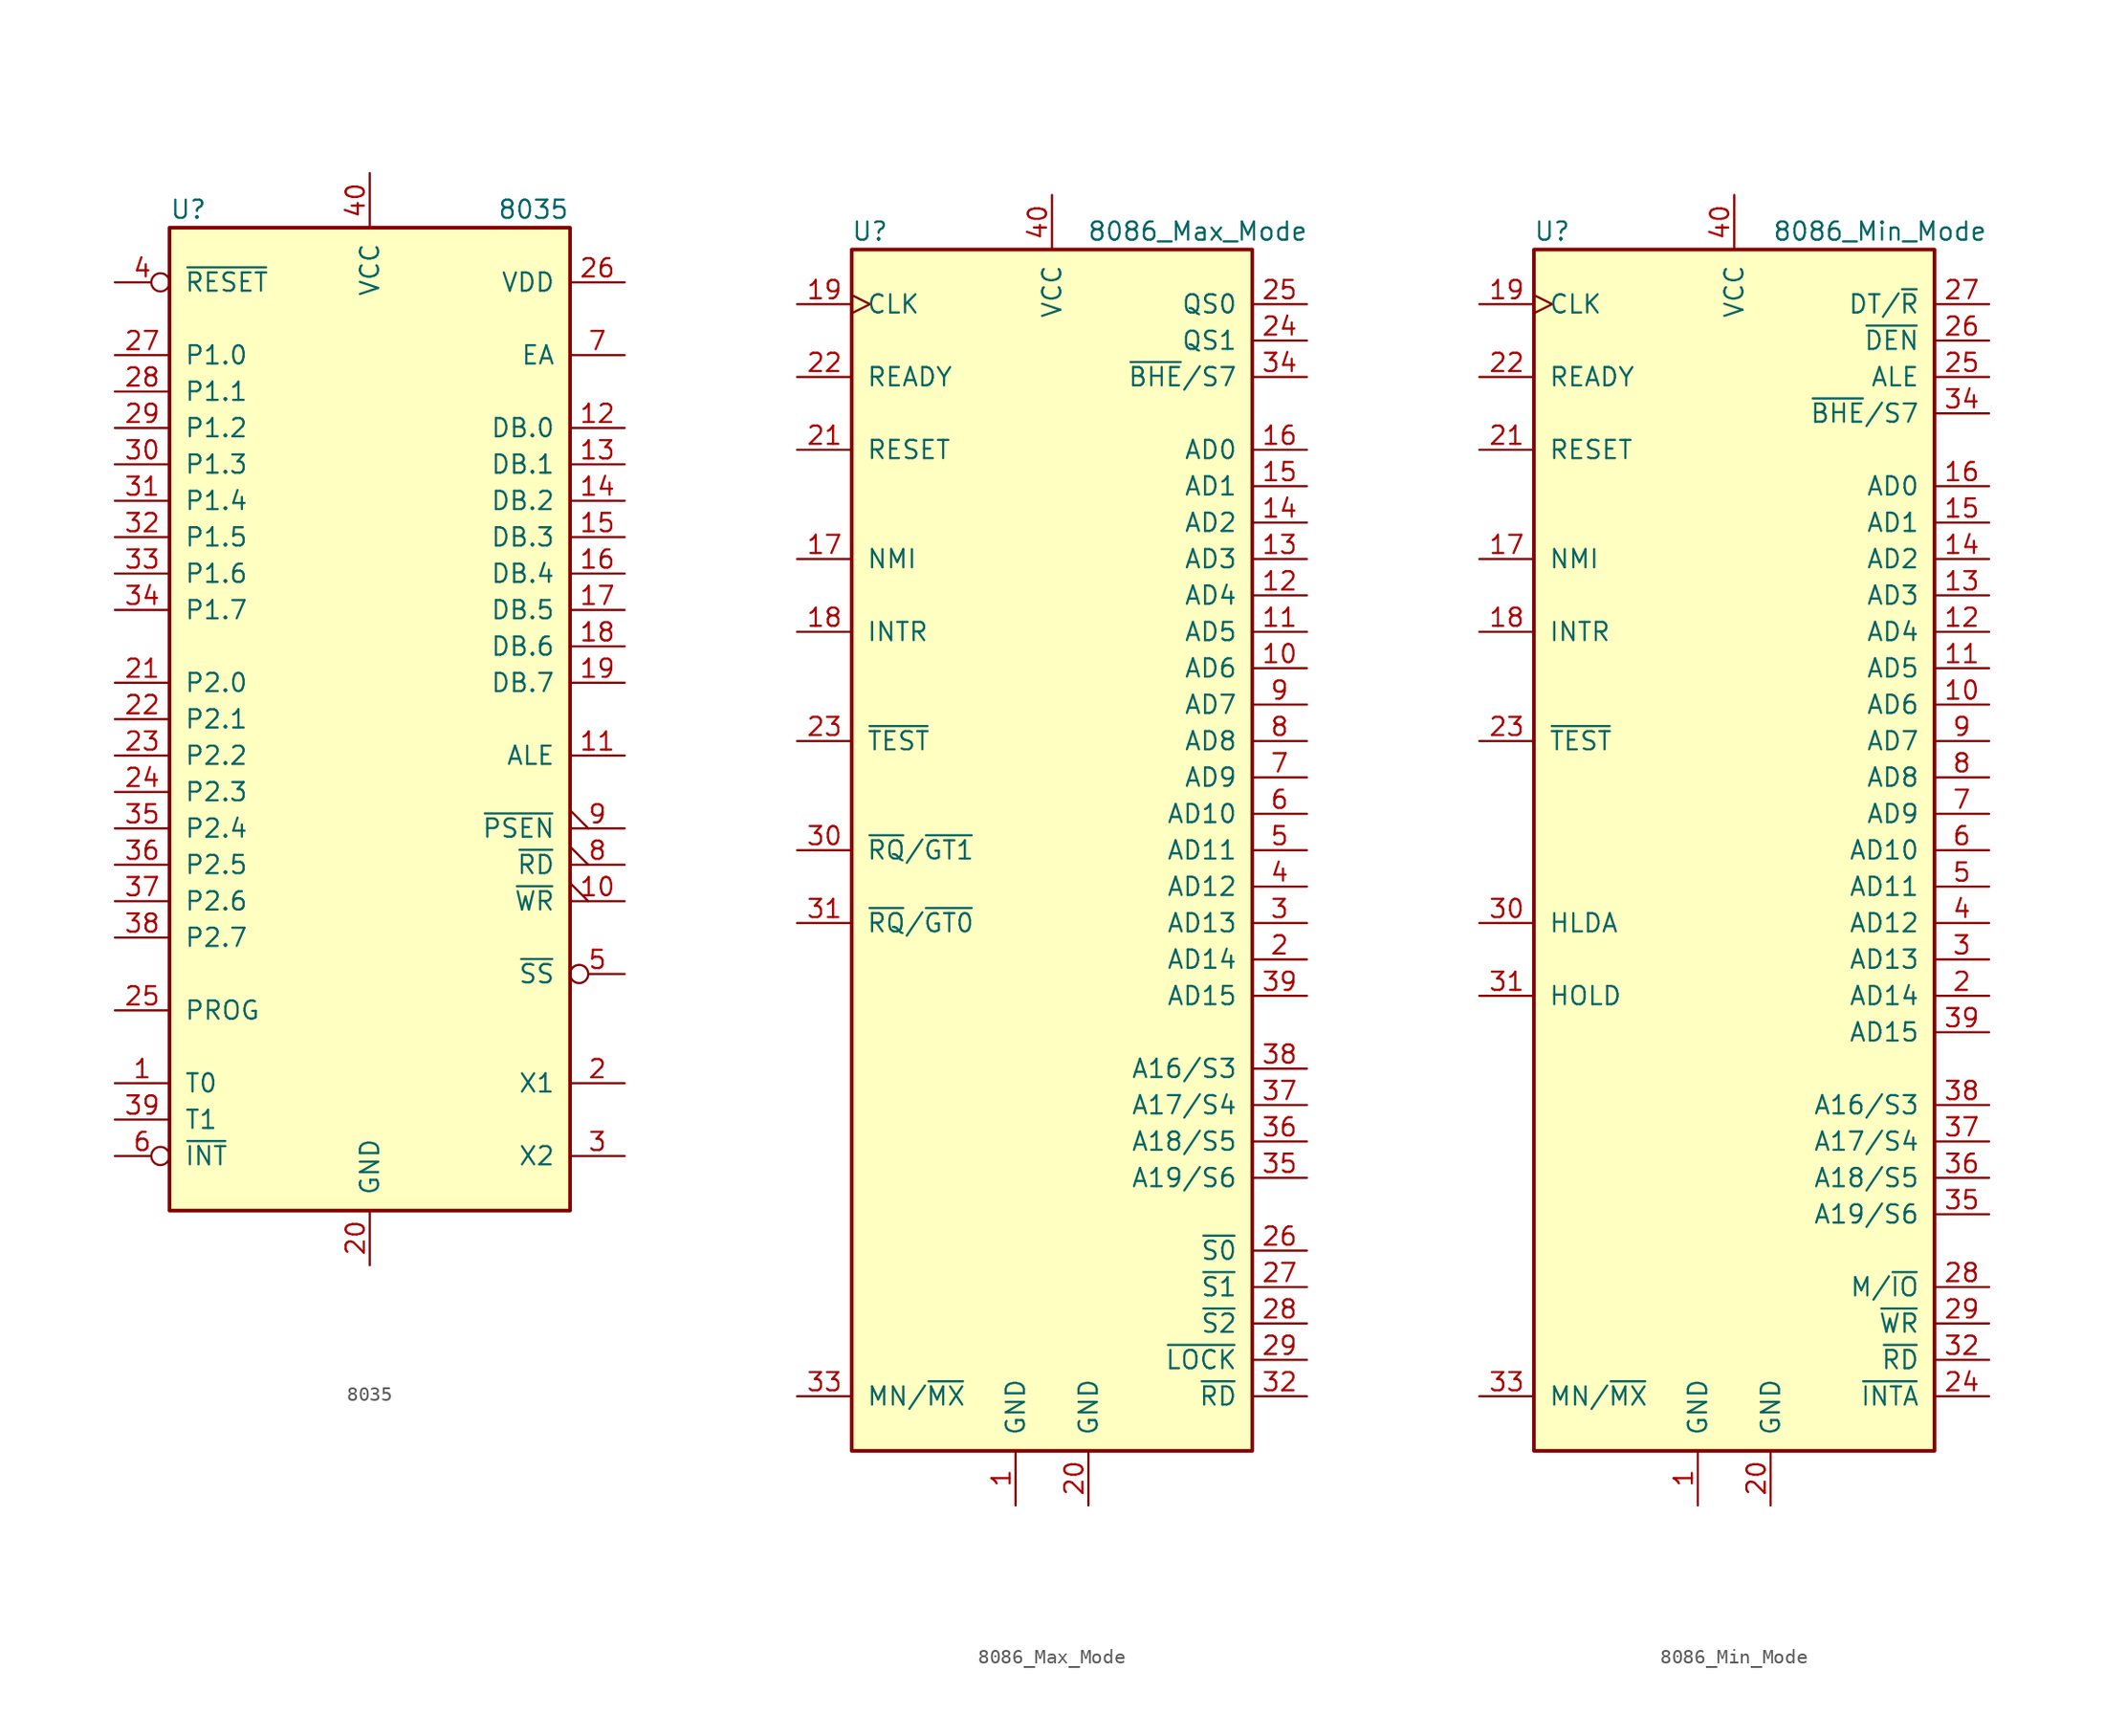
<source format=kicad_sym>
(kicad_symbol_lib
  (version 20220914)
  (generator kicad_symbol_editor)
  (symbol "8035"
    (pin_names
      (offset 1.016))
    (property "Reference" "U"
      (at -13.97 35.56 0)
      (effects (font (size 1.27 1.27)) (justify left)))
    (property "Value" "8035"
      (at 8.89 35.56 0)
      (effects (font (size 1.27 1.27)) (justify left)))
    (symbol "8035_1_1"
      (rectangle (start -13.97 -34.29) (end 13.97 34.29) (stroke (width 0.254) (type default)) (fill (type background)))
      (pin input line (at -17.78 -25.4 0) (length 3.81) (name "T0" (effects (font (size 1.27 1.27)))) (number "1" (effects (font (size 1.27 1.27)))))
      (pin output output_low (at 17.78 -12.7 180) (length 3.81) (name "~{WR}" (effects (font (size 1.27 1.27)))) (number "10" (effects (font (size 1.27 1.27)))))
      (pin output line (at 17.78 -2.54 180) (length 3.81) (name "ALE" (effects (font (size 1.27 1.27)))) (number "11" (effects (font (size 1.27 1.27)))))
      (pin bidirectional line (at 17.78 20.32 180) (length 3.81) (name "DB.0" (effects (font (size 1.27 1.27)))) (number "12" (effects (font (size 1.27 1.27)))))
      (pin bidirectional line (at 17.78 17.78 180) (length 3.81) (name "DB.1" (effects (font (size 1.27 1.27)))) (number "13" (effects (font (size 1.27 1.27)))))
      (pin bidirectional line (at 17.78 15.24 180) (length 3.81) (name "DB.2" (effects (font (size 1.27 1.27)))) (number "14" (effects (font (size 1.27 1.27)))))
      (pin bidirectional line (at 17.78 12.7 180) (length 3.81) (name "DB.3" (effects (font (size 1.27 1.27)))) (number "15" (effects (font (size 1.27 1.27)))))
      (pin bidirectional line (at 17.78 10.16 180) (length 3.81) (name "DB.4" (effects (font (size 1.27 1.27)))) (number "16" (effects (font (size 1.27 1.27)))))
      (pin bidirectional line (at 17.78 7.62 180) (length 3.81) (name "DB.5" (effects (font (size 1.27 1.27)))) (number "17" (effects (font (size 1.27 1.27)))))
      (pin bidirectional line (at 17.78 5.08 180) (length 3.81) (name "DB.6" (effects (font (size 1.27 1.27)))) (number "18" (effects (font (size 1.27 1.27)))))
      (pin bidirectional line (at 17.78 2.54 180) (length 3.81) (name "DB.7" (effects (font (size 1.27 1.27)))) (number "19" (effects (font (size 1.27 1.27)))))
      (pin input line (at 17.78 -25.4 180) (length 3.81) (name "X1" (effects (font (size 1.27 1.27)))) (number "2" (effects (font (size 1.27 1.27)))))
      (pin power_in line (at 0 -38.1 90) (length 3.81) (name "GND" (effects (font (size 1.27 1.27)))) (number "20" (effects (font (size 1.27 1.27)))))
      (pin bidirectional line (at -17.78 2.54 0) (length 3.81) (name "P2.0" (effects (font (size 1.27 1.27)))) (number "21" (effects (font (size 1.27 1.27)))))
      (pin bidirectional line (at -17.78 0 0) (length 3.81) (name "P2.1" (effects (font (size 1.27 1.27)))) (number "22" (effects (font (size 1.27 1.27)))))
      (pin bidirectional line (at -17.78 -2.54 0) (length 3.81) (name "P2.2" (effects (font (size 1.27 1.27)))) (number "23" (effects (font (size 1.27 1.27)))))
      (pin bidirectional line (at -17.78 -5.08 0) (length 3.81) (name "P2.3" (effects (font (size 1.27 1.27)))) (number "24" (effects (font (size 1.27 1.27)))))
      (pin output line (at -17.78 -20.32 0) (length 3.81) (name "PROG" (effects (font (size 1.27 1.27)))) (number "25" (effects (font (size 1.27 1.27)))))
      (pin power_in line (at 17.78 30.48 180) (length 3.81) (name "VDD" (effects (font (size 1.27 1.27)))) (number "26" (effects (font (size 1.27 1.27)))))
      (pin bidirectional line (at -17.78 25.4 0) (length 3.81) (name "P1.0" (effects (font (size 1.27 1.27)))) (number "27" (effects (font (size 1.27 1.27)))))
      (pin bidirectional line (at -17.78 22.86 0) (length 3.81) (name "P1.1" (effects (font (size 1.27 1.27)))) (number "28" (effects (font (size 1.27 1.27)))))
      (pin bidirectional line (at -17.78 20.32 0) (length 3.81) (name "P1.2" (effects (font (size 1.27 1.27)))) (number "29" (effects (font (size 1.27 1.27)))))
      (pin output line (at 17.78 -30.48 180) (length 3.81) (name "X2" (effects (font (size 1.27 1.27)))) (number "3" (effects (font (size 1.27 1.27)))))
      (pin bidirectional line (at -17.78 17.78 0) (length 3.81) (name "P1.3" (effects (font (size 1.27 1.27)))) (number "30" (effects (font (size 1.27 1.27)))))
      (pin bidirectional line (at -17.78 15.24 0) (length 3.81) (name "P1.4" (effects (font (size 1.27 1.27)))) (number "31" (effects (font (size 1.27 1.27)))))
      (pin bidirectional line (at -17.78 12.7 0) (length 3.81) (name "P1.5" (effects (font (size 1.27 1.27)))) (number "32" (effects (font (size 1.27 1.27)))))
      (pin bidirectional line (at -17.78 10.16 0) (length 3.81) (name "P1.6" (effects (font (size 1.27 1.27)))) (number "33" (effects (font (size 1.27 1.27)))))
      (pin bidirectional line (at -17.78 7.62 0) (length 3.81) (name "P1.7" (effects (font (size 1.27 1.27)))) (number "34" (effects (font (size 1.27 1.27)))))
      (pin bidirectional line (at -17.78 -7.62 0) (length 3.81) (name "P2.4" (effects (font (size 1.27 1.27)))) (number "35" (effects (font (size 1.27 1.27)))))
      (pin bidirectional line (at -17.78 -10.16 0) (length 3.81) (name "P2.5" (effects (font (size 1.27 1.27)))) (number "36" (effects (font (size 1.27 1.27)))))
      (pin bidirectional line (at -17.78 -12.7 0) (length 3.81) (name "P2.6" (effects (font (size 1.27 1.27)))) (number "37" (effects (font (size 1.27 1.27)))))
      (pin bidirectional line (at -17.78 -15.24 0) (length 3.81) (name "P2.7" (effects (font (size 1.27 1.27)))) (number "38" (effects (font (size 1.27 1.27)))))
      (pin input line (at -17.78 -27.94 0) (length 3.81) (name "T1" (effects (font (size 1.27 1.27)))) (number "39" (effects (font (size 1.27 1.27)))))
      (pin input inverted (at -17.78 30.48 0) (length 3.81) (name "~{RESET}" (effects (font (size 1.27 1.27)))) (number "4" (effects (font (size 1.27 1.27)))))
      (pin power_in line (at 0 38.1 270) (length 3.81) (name "VCC" (effects (font (size 1.27 1.27)))) (number "40" (effects (font (size 1.27 1.27)))))
      (pin input inverted (at 17.78 -17.78 180) (length 3.81) (name "~{SS}" (effects (font (size 1.27 1.27)))) (number "5" (effects (font (size 1.27 1.27)))))
      (pin input inverted (at -17.78 -30.48 0) (length 3.81) (name "~{INT}" (effects (font (size 1.27 1.27)))) (number "6" (effects (font (size 1.27 1.27)))))
      (pin input line (at 17.78 25.4 180) (length 3.81) (name "EA" (effects (font (size 1.27 1.27)))) (number "7" (effects (font (size 1.27 1.27)))))
      (pin output output_low (at 17.78 -10.16 180) (length 3.81) (name "~{RD}" (effects (font (size 1.27 1.27)))) (number "8" (effects (font (size 1.27 1.27)))))
      (pin output output_low (at 17.78 -7.62 180) (length 3.81) (name "~{PSEN}" (effects (font (size 1.27 1.27)))) (number "9" (effects (font (size 1.27 1.27)))))))
  (symbol "8086_Max_Mode"
    (pin_names
      (offset 1.016))
    (property "Reference" "U"
      (at -12.7 43.18 0)
      (effects (font (size 1.27 1.27))))
    (property "Value" "8086_Max_Mode"
      (at 10.16 43.18 0)
      (effects (font (size 1.27 1.27))))
    (symbol "8086_Max_Mode_0_1"
      (rectangle (start 13.97 -41.91) (end -13.97 41.91) (stroke (width 0.254) (type default)) (fill (type background))))
    (symbol "8086_Max_Mode_1_1"
      (pin power_in line (at -2.54 -45.72 90) (length 3.81) (name "GND" (effects (font (size 1.27 1.27)))) (number "1" (effects (font (size 1.27 1.27)))))
      (pin bidirectional line (at 17.78 12.7 180) (length 3.81) (name "AD6" (effects (font (size 1.27 1.27)))) (number "10" (effects (font (size 1.27 1.27)))))
      (pin bidirectional line (at 17.78 15.24 180) (length 3.81) (name "AD5" (effects (font (size 1.27 1.27)))) (number "11" (effects (font (size 1.27 1.27)))))
      (pin bidirectional line (at 17.78 17.78 180) (length 3.81) (name "AD4" (effects (font (size 1.27 1.27)))) (number "12" (effects (font (size 1.27 1.27)))))
      (pin bidirectional line (at 17.78 20.32 180) (length 3.81) (name "AD3" (effects (font (size 1.27 1.27)))) (number "13" (effects (font (size 1.27 1.27)))))
      (pin bidirectional line (at 17.78 22.86 180) (length 3.81) (name "AD2" (effects (font (size 1.27 1.27)))) (number "14" (effects (font (size 1.27 1.27)))))
      (pin bidirectional line (at 17.78 25.4 180) (length 3.81) (name "AD1" (effects (font (size 1.27 1.27)))) (number "15" (effects (font (size 1.27 1.27)))))
      (pin bidirectional line (at 17.78 27.94 180) (length 3.81) (name "AD0" (effects (font (size 1.27 1.27)))) (number "16" (effects (font (size 1.27 1.27)))))
      (pin input line (at -17.78 20.32 0) (length 3.81) (name "NMI" (effects (font (size 1.27 1.27)))) (number "17" (effects (font (size 1.27 1.27)))))
      (pin input line (at -17.78 15.24 0) (length 3.81) (name "INTR" (effects (font (size 1.27 1.27)))) (number "18" (effects (font (size 1.27 1.27)))))
      (pin input clock (at -17.78 38.1 0) (length 3.81) (name "CLK" (effects (font (size 1.27 1.27)))) (number "19" (effects (font (size 1.27 1.27)))))
      (pin bidirectional line (at 17.78 -7.62 180) (length 3.81) (name "AD14" (effects (font (size 1.27 1.27)))) (number "2" (effects (font (size 1.27 1.27)))))
      (pin power_in line (at 2.54 -45.72 90) (length 3.81) (name "GND" (effects (font (size 1.27 1.27)))) (number "20" (effects (font (size 1.27 1.27)))))
      (pin input line (at -17.78 27.94 0) (length 3.81) (name "RESET" (effects (font (size 1.27 1.27)))) (number "21" (effects (font (size 1.27 1.27)))))
      (pin input line (at -17.78 33.02 0) (length 3.81) (name "READY" (effects (font (size 1.27 1.27)))) (number "22" (effects (font (size 1.27 1.27)))))
      (pin input line (at -17.78 7.62 0) (length 3.81) (name "~{TEST}" (effects (font (size 1.27 1.27)))) (number "23" (effects (font (size 1.27 1.27)))))
      (pin output line (at 17.78 35.56 180) (length 3.81) (name "QS1" (effects (font (size 1.27 1.27)))) (number "24" (effects (font (size 1.27 1.27)))))
      (pin output line (at 17.78 38.1 180) (length 3.81) (name "QS0" (effects (font (size 1.27 1.27)))) (number "25" (effects (font (size 1.27 1.27)))))
      (pin output line (at 17.78 -27.94 180) (length 3.81) (name "~{S0}" (effects (font (size 1.27 1.27)))) (number "26" (effects (font (size 1.27 1.27)))))
      (pin output line (at 17.78 -30.48 180) (length 3.81) (name "~{S1}" (effects (font (size 1.27 1.27)))) (number "27" (effects (font (size 1.27 1.27)))))
      (pin output line (at 17.78 -33.02 180) (length 3.81) (name "~{S2}" (effects (font (size 1.27 1.27)))) (number "28" (effects (font (size 1.27 1.27)))))
      (pin output line (at 17.78 -35.56 180) (length 3.81) (name "~{LOCK}" (effects (font (size 1.27 1.27)))) (number "29" (effects (font (size 1.27 1.27)))))
      (pin bidirectional line (at 17.78 -5.08 180) (length 3.81) (name "AD13" (effects (font (size 1.27 1.27)))) (number "3" (effects (font (size 1.27 1.27)))))
      (pin bidirectional line (at -17.78 0 0) (length 3.81) (name "~{RQ}/~{GT1}" (effects (font (size 1.27 1.27)))) (number "30" (effects (font (size 1.27 1.27)))))
      (pin bidirectional line (at -17.78 -5.08 0) (length 3.81) (name "~{RQ}/~{GT0}" (effects (font (size 1.27 1.27)))) (number "31" (effects (font (size 1.27 1.27)))))
      (pin output line (at 17.78 -38.1 180) (length 3.81) (name "~{RD}" (effects (font (size 1.27 1.27)))) (number "32" (effects (font (size 1.27 1.27)))))
      (pin input line (at -17.78 -38.1 0) (length 3.81) (name "MN/~{MX}" (effects (font (size 1.27 1.27)))) (number "33" (effects (font (size 1.27 1.27)))))
      (pin output line (at 17.78 33.02 180) (length 3.81) (name "~{BHE}/S7" (effects (font (size 1.27 1.27)))) (number "34" (effects (font (size 1.27 1.27)))))
      (pin output line (at 17.78 -22.86 180) (length 3.81) (name "A19/S6" (effects (font (size 1.27 1.27)))) (number "35" (effects (font (size 1.27 1.27)))))
      (pin output line (at 17.78 -20.32 180) (length 3.81) (name "A18/S5" (effects (font (size 1.27 1.27)))) (number "36" (effects (font (size 1.27 1.27)))))
      (pin output line (at 17.78 -17.78 180) (length 3.81) (name "A17/S4" (effects (font (size 1.27 1.27)))) (number "37" (effects (font (size 1.27 1.27)))))
      (pin output line (at 17.78 -15.24 180) (length 3.81) (name "A16/S3" (effects (font (size 1.27 1.27)))) (number "38" (effects (font (size 1.27 1.27)))))
      (pin bidirectional line (at 17.78 -10.16 180) (length 3.81) (name "AD15" (effects (font (size 1.27 1.27)))) (number "39" (effects (font (size 1.27 1.27)))))
      (pin bidirectional line (at 17.78 -2.54 180) (length 3.81) (name "AD12" (effects (font (size 1.27 1.27)))) (number "4" (effects (font (size 1.27 1.27)))))
      (pin power_in line (at 0 45.72 270) (length 3.81) (name "VCC" (effects (font (size 1.27 1.27)))) (number "40" (effects (font (size 1.27 1.27)))))
      (pin bidirectional line (at 17.78 0 180) (length 3.81) (name "AD11" (effects (font (size 1.27 1.27)))) (number "5" (effects (font (size 1.27 1.27)))))
      (pin bidirectional line (at 17.78 2.54 180) (length 3.81) (name "AD10" (effects (font (size 1.27 1.27)))) (number "6" (effects (font (size 1.27 1.27)))))
      (pin bidirectional line (at 17.78 5.08 180) (length 3.81) (name "AD9" (effects (font (size 1.27 1.27)))) (number "7" (effects (font (size 1.27 1.27)))))
      (pin bidirectional line (at 17.78 7.62 180) (length 3.81) (name "AD8" (effects (font (size 1.27 1.27)))) (number "8" (effects (font (size 1.27 1.27)))))
      (pin bidirectional line (at 17.78 10.16 180) (length 3.81) (name "AD7" (effects (font (size 1.27 1.27)))) (number "9" (effects (font (size 1.27 1.27)))))))
  (symbol "8086_Min_Mode"
    (pin_names
      (offset 1.016))
    (property "Reference" "U"
      (at -12.7 43.18 0)
      (effects (font (size 1.27 1.27))))
    (property "Value" "8086_Min_Mode"
      (at 10.16 43.18 0)
      (effects (font (size 1.27 1.27))))
    (symbol "8086_Min_Mode_0_1"
      (rectangle (start 13.97 -41.91) (end -13.97 41.91) (stroke (width 0.254) (type default)) (fill (type background))))
    (symbol "8086_Min_Mode_1_1"
      (pin power_in line (at -2.54 -45.72 90) (length 3.81) (name "GND" (effects (font (size 1.27 1.27)))) (number "1" (effects (font (size 1.27 1.27)))))
      (pin bidirectional line (at 17.78 10.16 180) (length 3.81) (name "AD6" (effects (font (size 1.27 1.27)))) (number "10" (effects (font (size 1.27 1.27)))))
      (pin bidirectional line (at 17.78 12.7 180) (length 3.81) (name "AD5" (effects (font (size 1.27 1.27)))) (number "11" (effects (font (size 1.27 1.27)))))
      (pin bidirectional line (at 17.78 15.24 180) (length 3.81) (name "AD4" (effects (font (size 1.27 1.27)))) (number "12" (effects (font (size 1.27 1.27)))))
      (pin bidirectional line (at 17.78 17.78 180) (length 3.81) (name "AD3" (effects (font (size 1.27 1.27)))) (number "13" (effects (font (size 1.27 1.27)))))
      (pin bidirectional line (at 17.78 20.32 180) (length 3.81) (name "AD2" (effects (font (size 1.27 1.27)))) (number "14" (effects (font (size 1.27 1.27)))))
      (pin bidirectional line (at 17.78 22.86 180) (length 3.81) (name "AD1" (effects (font (size 1.27 1.27)))) (number "15" (effects (font (size 1.27 1.27)))))
      (pin bidirectional line (at 17.78 25.4 180) (length 3.81) (name "AD0" (effects (font (size 1.27 1.27)))) (number "16" (effects (font (size 1.27 1.27)))))
      (pin input line (at -17.78 20.32 0) (length 3.81) (name "NMI" (effects (font (size 1.27 1.27)))) (number "17" (effects (font (size 1.27 1.27)))))
      (pin input line (at -17.78 15.24 0) (length 3.81) (name "INTR" (effects (font (size 1.27 1.27)))) (number "18" (effects (font (size 1.27 1.27)))))
      (pin input clock (at -17.78 38.1 0) (length 3.81) (name "CLK" (effects (font (size 1.27 1.27)))) (number "19" (effects (font (size 1.27 1.27)))))
      (pin bidirectional line (at 17.78 -10.16 180) (length 3.81) (name "AD14" (effects (font (size 1.27 1.27)))) (number "2" (effects (font (size 1.27 1.27)))))
      (pin power_in line (at 2.54 -45.72 90) (length 3.81) (name "GND" (effects (font (size 1.27 1.27)))) (number "20" (effects (font (size 1.27 1.27)))))
      (pin input line (at -17.78 27.94 0) (length 3.81) (name "RESET" (effects (font (size 1.27 1.27)))) (number "21" (effects (font (size 1.27 1.27)))))
      (pin input line (at -17.78 33.02 0) (length 3.81) (name "READY" (effects (font (size 1.27 1.27)))) (number "22" (effects (font (size 1.27 1.27)))))
      (pin input line (at -17.78 7.62 0) (length 3.81) (name "~{TEST}" (effects (font (size 1.27 1.27)))) (number "23" (effects (font (size 1.27 1.27)))))
      (pin output line (at 17.78 -38.1 180) (length 3.81) (name "~{INTA}" (effects (font (size 1.27 1.27)))) (number "24" (effects (font (size 1.27 1.27)))))
      (pin output line (at 17.78 33.02 180) (length 3.81) (name "ALE" (effects (font (size 1.27 1.27)))) (number "25" (effects (font (size 1.27 1.27)))))
      (pin output line (at 17.78 35.56 180) (length 3.81) (name "~{DEN}" (effects (font (size 1.27 1.27)))) (number "26" (effects (font (size 1.27 1.27)))))
      (pin output line (at 17.78 38.1 180) (length 3.81) (name "DT/~{R}" (effects (font (size 1.27 1.27)))) (number "27" (effects (font (size 1.27 1.27)))))
      (pin output line (at 17.78 -30.48 180) (length 3.81) (name "M/~{IO}" (effects (font (size 1.27 1.27)))) (number "28" (effects (font (size 1.27 1.27)))))
      (pin output line (at 17.78 -33.02 180) (length 3.81) (name "~{WR}" (effects (font (size 1.27 1.27)))) (number "29" (effects (font (size 1.27 1.27)))))
      (pin bidirectional line (at 17.78 -7.62 180) (length 3.81) (name "AD13" (effects (font (size 1.27 1.27)))) (number "3" (effects (font (size 1.27 1.27)))))
      (pin output line (at -17.78 -5.08 0) (length 3.81) (name "HLDA" (effects (font (size 1.27 1.27)))) (number "30" (effects (font (size 1.27 1.27)))))
      (pin input line (at -17.78 -10.16 0) (length 3.81) (name "HOLD" (effects (font (size 1.27 1.27)))) (number "31" (effects (font (size 1.27 1.27)))))
      (pin output line (at 17.78 -35.56 180) (length 3.81) (name "~{RD}" (effects (font (size 1.27 1.27)))) (number "32" (effects (font (size 1.27 1.27)))))
      (pin input line (at -17.78 -38.1 0) (length 3.81) (name "MN/~{MX}" (effects (font (size 1.27 1.27)))) (number "33" (effects (font (size 1.27 1.27)))))
      (pin output line (at 17.78 30.48 180) (length 3.81) (name "~{BHE}/S7" (effects (font (size 1.27 1.27)))) (number "34" (effects (font (size 1.27 1.27)))))
      (pin output line (at 17.78 -25.4 180) (length 3.81) (name "A19/S6" (effects (font (size 1.27 1.27)))) (number "35" (effects (font (size 1.27 1.27)))))
      (pin output line (at 17.78 -22.86 180) (length 3.81) (name "A18/S5" (effects (font (size 1.27 1.27)))) (number "36" (effects (font (size 1.27 1.27)))))
      (pin output line (at 17.78 -20.32 180) (length 3.81) (name "A17/S4" (effects (font (size 1.27 1.27)))) (number "37" (effects (font (size 1.27 1.27)))))
      (pin output line (at 17.78 -17.78 180) (length 3.81) (name "A16/S3" (effects (font (size 1.27 1.27)))) (number "38" (effects (font (size 1.27 1.27)))))
      (pin bidirectional line (at 17.78 -12.7 180) (length 3.81) (name "AD15" (effects (font (size 1.27 1.27)))) (number "39" (effects (font (size 1.27 1.27)))))
      (pin bidirectional line (at 17.78 -5.08 180) (length 3.81) (name "AD12" (effects (font (size 1.27 1.27)))) (number "4" (effects (font (size 1.27 1.27)))))
      (pin power_in line (at 0 45.72 270) (length 3.81) (name "VCC" (effects (font (size 1.27 1.27)))) (number "40" (effects (font (size 1.27 1.27)))))
      (pin bidirectional line (at 17.78 -2.54 180) (length 3.81) (name "AD11" (effects (font (size 1.27 1.27)))) (number "5" (effects (font (size 1.27 1.27)))))
      (pin bidirectional line (at 17.78 0 180) (length 3.81) (name "AD10" (effects (font (size 1.27 1.27)))) (number "6" (effects (font (size 1.27 1.27)))))
      (pin bidirectional line (at 17.78 2.54 180) (length 3.81) (name "AD9" (effects (font (size 1.27 1.27)))) (number "7" (effects (font (size 1.27 1.27)))))
      (pin bidirectional line (at 17.78 5.08 180) (length 3.81) (name "AD8" (effects (font (size 1.27 1.27)))) (number "8" (effects (font (size 1.27 1.27)))))
      (pin bidirectional line (at 17.78 7.62 180) (length 3.81) (name "AD7" (effects (font (size 1.27 1.27)))) (number "9" (effects (font (size 1.27 1.27))))))))
</source>
